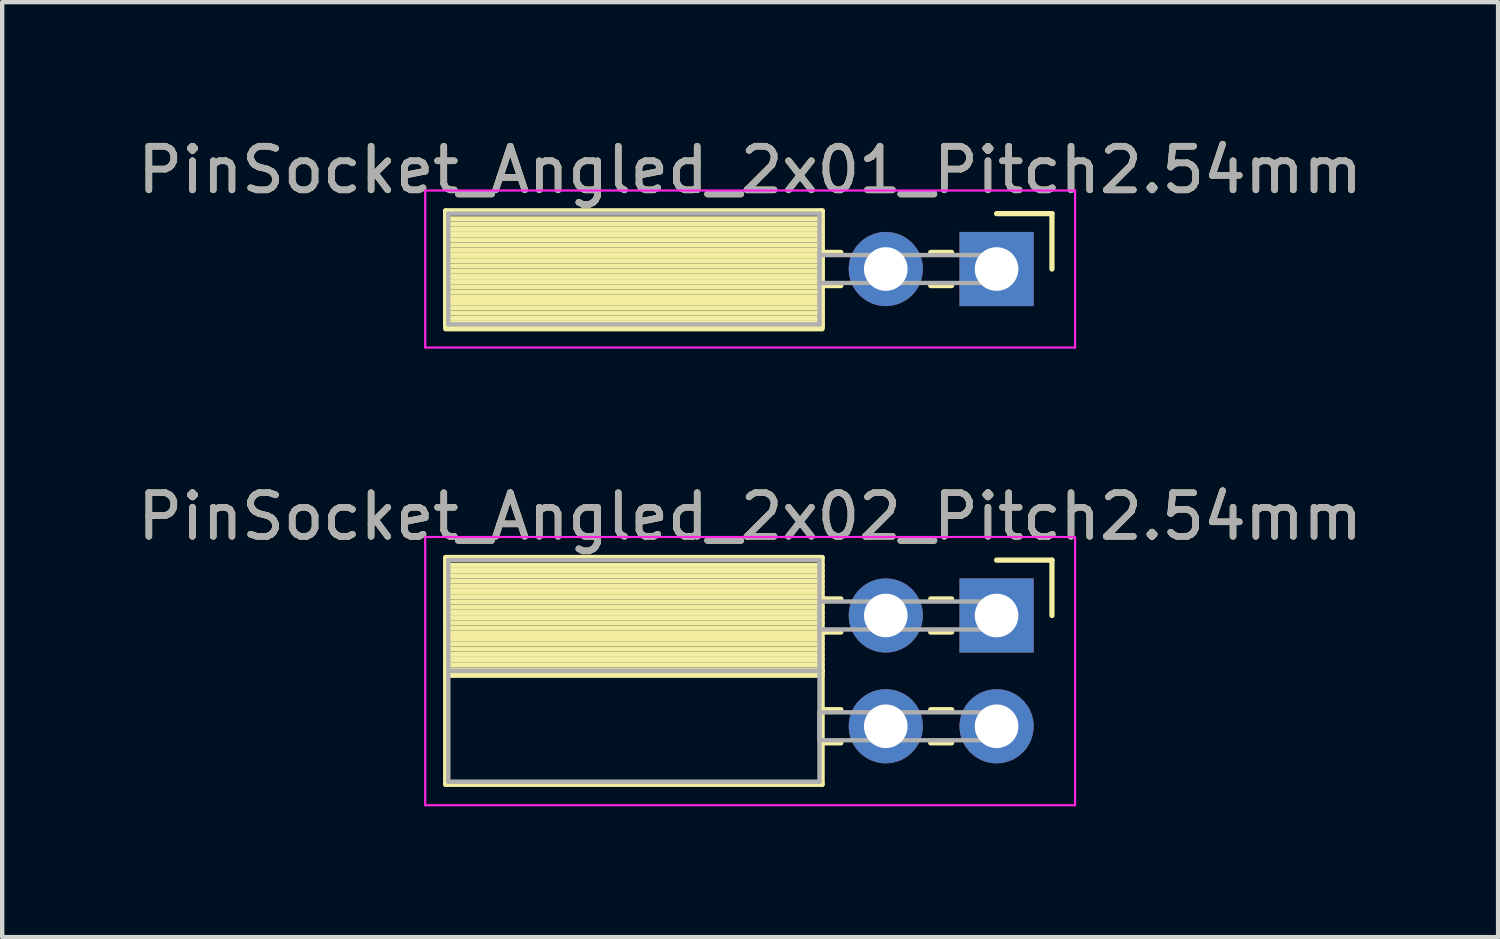
<source format=kicad_pcb>
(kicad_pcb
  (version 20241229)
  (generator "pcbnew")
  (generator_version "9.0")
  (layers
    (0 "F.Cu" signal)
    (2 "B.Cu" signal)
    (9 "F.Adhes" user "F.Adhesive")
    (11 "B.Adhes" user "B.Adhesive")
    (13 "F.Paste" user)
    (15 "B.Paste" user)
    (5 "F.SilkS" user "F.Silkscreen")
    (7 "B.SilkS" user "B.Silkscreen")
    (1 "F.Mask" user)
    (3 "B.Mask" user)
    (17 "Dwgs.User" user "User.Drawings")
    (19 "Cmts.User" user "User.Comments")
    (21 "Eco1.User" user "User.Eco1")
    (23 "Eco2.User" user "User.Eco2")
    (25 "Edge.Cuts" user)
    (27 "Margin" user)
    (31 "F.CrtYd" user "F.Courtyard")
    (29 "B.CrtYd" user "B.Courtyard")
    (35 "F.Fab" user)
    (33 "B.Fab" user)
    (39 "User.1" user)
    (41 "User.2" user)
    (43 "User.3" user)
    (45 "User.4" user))
  (footprint "PinSocket_Angled_2x02_Pitch2.54mm"
    (layer "F.Cu")
    (at 19.799 11.062)
    (property "Reference" "PinSocket_Angled_2x02_Pitch2.54mm" (at -5.65 -2.27 0) (layer "F.SilkS") (effects (font (size 1 1) (thickness 0.15))))
    (attr through_hole)
    (fp_line (start -12.63 -1.33) (end -4 -1.33) (stroke (width 0.12) (type solid)) (layer "F.SilkS"))
    (fp_line (start -12.63 1.27) (end -12.63 -1.33) (stroke (width 0.12) (type solid)) (layer "F.SilkS"))
    (fp_line (start -12.63 1.27) (end -4 1.27) (stroke (width 0.12) (type solid)) (layer "F.SilkS"))
    (fp_line (start -12.63 3.87) (end -12.63 1.27) (stroke (width 0.12) (type solid)) (layer "F.SilkS"))
    (fp_line (start -4 -1.33) (end -4 1.27) (stroke (width 0.12) (type solid)) (layer "F.SilkS"))
    (fp_line (start -4 -1.15) (end -12.63 -1.15) (stroke (width 0.12) (type solid)) (layer "F.SilkS"))
    (fp_line (start -4 -1.03) (end -12.63 -1.03) (stroke (width 0.12) (type solid)) (layer "F.SilkS"))
    (fp_line (start -4 -0.91) (end -12.63 -0.91) (stroke (width 0.12) (type solid)) (layer "F.SilkS"))
    (fp_line (start -4 -0.79) (end -12.63 -0.79) (stroke (width 0.12) (type solid)) (layer "F.SilkS"))
    (fp_line (start -4 -0.67) (end -12.63 -0.67) (stroke (width 0.12) (type solid)) (layer "F.SilkS"))
    (fp_line (start -4 -0.55) (end -12.63 -0.55) (stroke (width 0.12) (type solid)) (layer "F.SilkS"))
    (fp_line (start -4 -0.43) (end -12.63 -0.43) (stroke (width 0.12) (type solid)) (layer "F.SilkS"))
    (fp_line (start -4 -0.31) (end -12.63 -0.31) (stroke (width 0.12) (type solid)) (layer "F.SilkS"))
    (fp_line (start -4 -0.19) (end -12.63 -0.19) (stroke (width 0.12) (type solid)) (layer "F.SilkS"))
    (fp_line (start -4 -0.07) (end -12.63 -0.07) (stroke (width 0.12) (type solid)) (layer "F.SilkS"))
    (fp_line (start -4 0.05) (end -12.63 0.05) (stroke (width 0.12) (type solid)) (layer "F.SilkS"))
    (fp_line (start -4 0.17) (end -12.63 0.17) (stroke (width 0.12) (type solid)) (layer "F.SilkS"))
    (fp_line (start -4 0.29) (end -12.63 0.29) (stroke (width 0.12) (type solid)) (layer "F.SilkS"))
    (fp_line (start -4 0.41) (end -12.63 0.41) (stroke (width 0.12) (type solid)) (layer "F.SilkS"))
    (fp_line (start -4 0.53) (end -12.63 0.53) (stroke (width 0.12) (type solid)) (layer "F.SilkS"))
    (fp_line (start -4 0.65) (end -12.63 0.65) (stroke (width 0.12) (type solid)) (layer "F.SilkS"))
    (fp_line (start -4 0.77) (end -12.63 0.77) (stroke (width 0.12) (type solid)) (layer "F.SilkS"))
    (fp_line (start -4 0.89) (end -12.63 0.89) (stroke (width 0.12) (type solid)) (layer "F.SilkS"))
    (fp_line (start -4 1.01) (end -12.63 1.01) (stroke (width 0.12) (type solid)) (layer "F.SilkS"))
    (fp_line (start -4 1.13) (end -12.63 1.13) (stroke (width 0.12) (type solid)) (layer "F.SilkS"))
    (fp_line (start -4 1.25) (end -12.63 1.25) (stroke (width 0.12) (type solid)) (layer "F.SilkS"))
    (fp_line (start -4 1.27) (end -12.63 1.27) (stroke (width 0.12) (type solid)) (layer "F.SilkS"))
    (fp_line (start -4 1.27) (end -4 3.87) (stroke (width 0.12) (type solid)) (layer "F.SilkS"))
    (fp_line (start -4 1.37) (end -12.63 1.37) (stroke (width 0.12) (type solid)) (layer "F.SilkS"))
    (fp_line (start -4 3.87) (end -12.63 3.87) (stroke (width 0.12) (type solid)) (layer "F.SilkS"))
    (fp_line (start -3.57 -0.38) (end -4 -0.38) (stroke (width 0.12) (type solid)) (layer "F.SilkS"))
    (fp_line (start -3.57 0.38) (end -4 0.38) (stroke (width 0.12) (type solid)) (layer "F.SilkS"))
    (fp_line (start -3.57 2.16) (end -4 2.16) (stroke (width 0.12) (type solid)) (layer "F.SilkS"))
    (fp_line (start -3.57 2.92) (end -4 2.92) (stroke (width 0.12) (type solid)) (layer "F.SilkS"))
    (fp_line (start -1.03 -0.38) (end -1.51 -0.38) (stroke (width 0.12) (type solid)) (layer "F.SilkS"))
    (fp_line (start -1.03 0.38) (end -1.51 0.38) (stroke (width 0.12) (type solid)) (layer "F.SilkS"))
    (fp_line (start -1.03 2.16) (end -1.51 2.16) (stroke (width 0.12) (type solid)) (layer "F.SilkS"))
    (fp_line (start -1.03 2.92) (end -1.51 2.92) (stroke (width 0.12) (type solid)) (layer "F.SilkS"))
    (fp_line (start 0 -1.27) (end 1.27 -1.27) (stroke (width 0.12) (type solid)) (layer "F.SilkS"))
    (fp_line (start 1.27 -1.27) (end 1.27 0) (stroke (width 0.12) (type solid)) (layer "F.SilkS"))
    (fp_line (start -13.1 -1.8) (end 1.8 -1.8) (stroke (width 0.05) (type solid)) (layer "F.CrtYd"))
    (fp_line (start -13.1 4.35) (end -13.1 -1.8) (stroke (width 0.05) (type solid)) (layer "F.CrtYd"))
    (fp_line (start 1.8 -1.8) (end 1.8 4.35) (stroke (width 0.05) (type solid)) (layer "F.CrtYd"))
    (fp_line (start 1.8 4.35) (end -13.1 4.35) (stroke (width 0.05) (type solid)) (layer "F.CrtYd"))
    (fp_line (start -12.57 -1.27) (end -4.06 -1.27) (stroke (width 0.1) (type solid)) (layer "F.Fab"))
    (fp_line (start -12.57 1.27) (end -12.57 -1.27) (stroke (width 0.1) (type solid)) (layer "F.Fab"))
    (fp_line (start -12.57 1.27) (end -4.06 1.27) (stroke (width 0.1) (type solid)) (layer "F.Fab"))
    (fp_line (start -12.57 3.81) (end -12.57 1.27) (stroke (width 0.1) (type solid)) (layer "F.Fab"))
    (fp_line (start -4.06 -1.27) (end -4.06 1.27) (stroke (width 0.1) (type solid)) (layer "F.Fab"))
    (fp_line (start -4.06 -0.32) (end 0 -0.32) (stroke (width 0.1) (type solid)) (layer "F.Fab"))
    (fp_line (start -4.06 0.32) (end -4.06 -0.32) (stroke (width 0.1) (type solid)) (layer "F.Fab"))
    (fp_line (start -4.06 1.27) (end -12.57 1.27) (stroke (width 0.1) (type solid)) (layer "F.Fab"))
    (fp_line (start -4.06 1.27) (end -4.06 3.81) (stroke (width 0.1) (type solid)) (layer "F.Fab"))
    (fp_line (start -4.06 2.22) (end 0 2.22) (stroke (width 0.1) (type solid)) (layer "F.Fab"))
    (fp_line (start -4.06 2.86) (end -4.06 2.22) (stroke (width 0.1) (type solid)) (layer "F.Fab"))
    (fp_line (start -4.06 3.81) (end -12.57 3.81) (stroke (width 0.1) (type solid)) (layer "F.Fab"))
    (fp_line (start 0 -0.32) (end 0 0.32) (stroke (width 0.1) (type solid)) (layer "F.Fab"))
    (fp_line (start 0 0.32) (end -4.06 0.32) (stroke (width 0.1) (type solid)) (layer "F.Fab"))
    (fp_line (start 0 2.22) (end 0 2.86) (stroke (width 0.1) (type solid)) (layer "F.Fab"))
    (fp_line (start 0 2.86) (end -4.06 2.86) (stroke (width 0.1) (type solid)) (layer "F.Fab"))
    (fp_text user "${REFERENCE}" (at -5.65 -2.27 0) (layer "F.Fab") (effects (font (size 1 1) (thickness 0.15))))
    (pad "1" thru_hole rect (at 0 0) (size 1.7 1.7) (drill 1) (layers "*.Cu" "*.Mask"))
    (pad "2" thru_hole oval (at -2.54 0) (size 1.7 1.7) (drill 1) (layers "*.Cu" "*.Mask"))
    (pad "3" thru_hole oval (at 0 2.54) (size 1.7 1.7) (drill 1) (layers "*.Cu" "*.Mask"))
    (pad "4" thru_hole oval (at -2.54 2.54) (size 1.7 1.7) (drill 1) (layers "*.Cu" "*.Mask")))
  (footprint "PinSocket_Angled_2x01_Pitch2.54mm"
    (layer "F.Cu")
    (at 19.799 3.118)
    (property "Reference" "PinSocket_Angled_2x01_Pitch2.54mm" (at -5.65 -2.27 0) (layer "F.SilkS") (effects (font (size 1 1) (thickness 0.15))))
    (attr through_hole)
    (fp_line (start -12.63 -1.33) (end -4 -1.33) (stroke (width 0.12) (type solid)) (layer "F.SilkS"))
    (fp_line (start -12.63 -1.33) (end -4 -1.33) (stroke (width 0.12) (type solid)) (layer "F.SilkS"))
    (fp_line (start -12.63 1.27) (end -12.63 -1.33) (stroke (width 0.12) (type solid)) (layer "F.SilkS"))
    (fp_line (start -12.63 1.33) (end -12.63 -1.33) (stroke (width 0.12) (type solid)) (layer "F.SilkS"))
    (fp_line (start -4 -1.33) (end -4 1.27) (stroke (width 0.12) (type solid)) (layer "F.SilkS"))
    (fp_line (start -4 -1.33) (end -4 1.33) (stroke (width 0.12) (type solid)) (layer "F.SilkS"))
    (fp_line (start -4 -1.15) (end -12.63 -1.15) (stroke (width 0.12) (type solid)) (layer "F.SilkS"))
    (fp_line (start -4 -1.03) (end -12.63 -1.03) (stroke (width 0.12) (type solid)) (layer "F.SilkS"))
    (fp_line (start -4 -0.91) (end -12.63 -0.91) (stroke (width 0.12) (type solid)) (layer "F.SilkS"))
    (fp_line (start -4 -0.79) (end -12.63 -0.79) (stroke (width 0.12) (type solid)) (layer "F.SilkS"))
    (fp_line (start -4 -0.67) (end -12.63 -0.67) (stroke (width 0.12) (type solid)) (layer "F.SilkS"))
    (fp_line (start -4 -0.55) (end -12.63 -0.55) (stroke (width 0.12) (type solid)) (layer "F.SilkS"))
    (fp_line (start -4 -0.43) (end -12.63 -0.43) (stroke (width 0.12) (type solid)) (layer "F.SilkS"))
    (fp_line (start -4 -0.31) (end -12.63 -0.31) (stroke (width 0.12) (type solid)) (layer "F.SilkS"))
    (fp_line (start -4 -0.19) (end -12.63 -0.19) (stroke (width 0.12) (type solid)) (layer "F.SilkS"))
    (fp_line (start -4 -0.07) (end -12.63 -0.07) (stroke (width 0.12) (type solid)) (layer "F.SilkS"))
    (fp_line (start -4 0.05) (end -12.63 0.05) (stroke (width 0.12) (type solid)) (layer "F.SilkS"))
    (fp_line (start -4 0.17) (end -12.63 0.17) (stroke (width 0.12) (type solid)) (layer "F.SilkS"))
    (fp_line (start -4 0.29) (end -12.63 0.29) (stroke (width 0.12) (type solid)) (layer "F.SilkS"))
    (fp_line (start -4 0.41) (end -12.63 0.41) (stroke (width 0.12) (type solid)) (layer "F.SilkS"))
    (fp_line (start -4 0.53) (end -12.63 0.53) (stroke (width 0.12) (type solid)) (layer "F.SilkS"))
    (fp_line (start -4 0.65) (end -12.63 0.65) (stroke (width 0.12) (type solid)) (layer "F.SilkS"))
    (fp_line (start -4 0.77) (end -12.63 0.77) (stroke (width 0.12) (type solid)) (layer "F.SilkS"))
    (fp_line (start -4 0.89) (end -12.63 0.89) (stroke (width 0.12) (type solid)) (layer "F.SilkS"))
    (fp_line (start -4 1.01) (end -12.63 1.01) (stroke (width 0.12) (type solid)) (layer "F.SilkS"))
    (fp_line (start -4 1.13) (end -12.63 1.13) (stroke (width 0.12) (type solid)) (layer "F.SilkS"))
    (fp_line (start -4 1.25) (end -12.63 1.25) (stroke (width 0.12) (type solid)) (layer "F.SilkS"))
    (fp_line (start -4 1.27) (end -12.63 1.27) (stroke (width 0.12) (type solid)) (layer "F.SilkS"))
    (fp_line (start -4 1.33) (end -12.63 1.33) (stroke (width 0.12) (type solid)) (layer "F.SilkS"))
    (fp_line (start -4 1.37) (end -12.63 1.37) (stroke (width 0.12) (type solid)) (layer "F.SilkS"))
    (fp_line (start -3.57 -0.38) (end -4 -0.38) (stroke (width 0.12) (type solid)) (layer "F.SilkS"))
    (fp_line (start -3.57 0.38) (end -4 0.38) (stroke (width 0.12) (type solid)) (layer "F.SilkS"))
    (fp_line (start -1.03 -0.38) (end -1.51 -0.38) (stroke (width 0.12) (type solid)) (layer "F.SilkS"))
    (fp_line (start -1.03 0.38) (end -1.51 0.38) (stroke (width 0.12) (type solid)) (layer "F.SilkS"))
    (fp_line (start 0 -1.27) (end 1.27 -1.27) (stroke (width 0.12) (type solid)) (layer "F.SilkS"))
    (fp_line (start 1.27 -1.27) (end 1.27 0) (stroke (width 0.12) (type solid)) (layer "F.SilkS"))
    (fp_line (start -13.1 -1.8) (end 1.8 -1.8) (stroke (width 0.05) (type solid)) (layer "F.CrtYd"))
    (fp_line (start -13.1 1.8) (end -13.1 -1.8) (stroke (width 0.05) (type solid)) (layer "F.CrtYd"))
    (fp_line (start 1.8 -1.8) (end 1.8 1.8) (stroke (width 0.05) (type solid)) (layer "F.CrtYd"))
    (fp_line (start 1.8 1.8) (end -13.1 1.8) (stroke (width 0.05) (type solid)) (layer "F.CrtYd"))
    (fp_line (start -12.57 -1.27) (end -4.06 -1.27) (stroke (width 0.1) (type solid)) (layer "F.Fab"))
    (fp_line (start -12.57 1.27) (end -12.57 -1.27) (stroke (width 0.1) (type solid)) (layer "F.Fab"))
    (fp_line (start -4.06 -1.27) (end -4.06 1.27) (stroke (width 0.1) (type solid)) (layer "F.Fab"))
    (fp_line (start -4.06 -0.32) (end 0 -0.32) (stroke (width 0.1) (type solid)) (layer "F.Fab"))
    (fp_line (start -4.06 0.32) (end -4.06 -0.32) (stroke (width 0.1) (type solid)) (layer "F.Fab"))
    (fp_line (start -4.06 1.27) (end -12.57 1.27) (stroke (width 0.1) (type solid)) (layer "F.Fab"))
    (fp_line (start 0 -0.32) (end 0 0.32) (stroke (width 0.1) (type solid)) (layer "F.Fab"))
    (fp_line (start 0 0.32) (end -4.06 0.32) (stroke (width 0.1) (type solid)) (layer "F.Fab"))
    (fp_text user "${REFERENCE}" (at -5.65 -2.27 0) (layer "F.Fab") (effects (font (size 1 1) (thickness 0.15))))
    (pad "1" thru_hole rect (at 0 0) (size 1.7 1.7) (drill 1) (layers "*.Cu" "*.Mask"))
    (pad "2" thru_hole oval (at -2.54 0) (size 1.7 1.7) (drill 1) (layers "*.Cu" "*.Mask")))
  (gr_rect
    (start -3 -3)
    (end 31.298 18.436)
    (stroke (width 0.1) (type default))
    (fill no)
    (layer "Edge.Cuts")))
</source>
